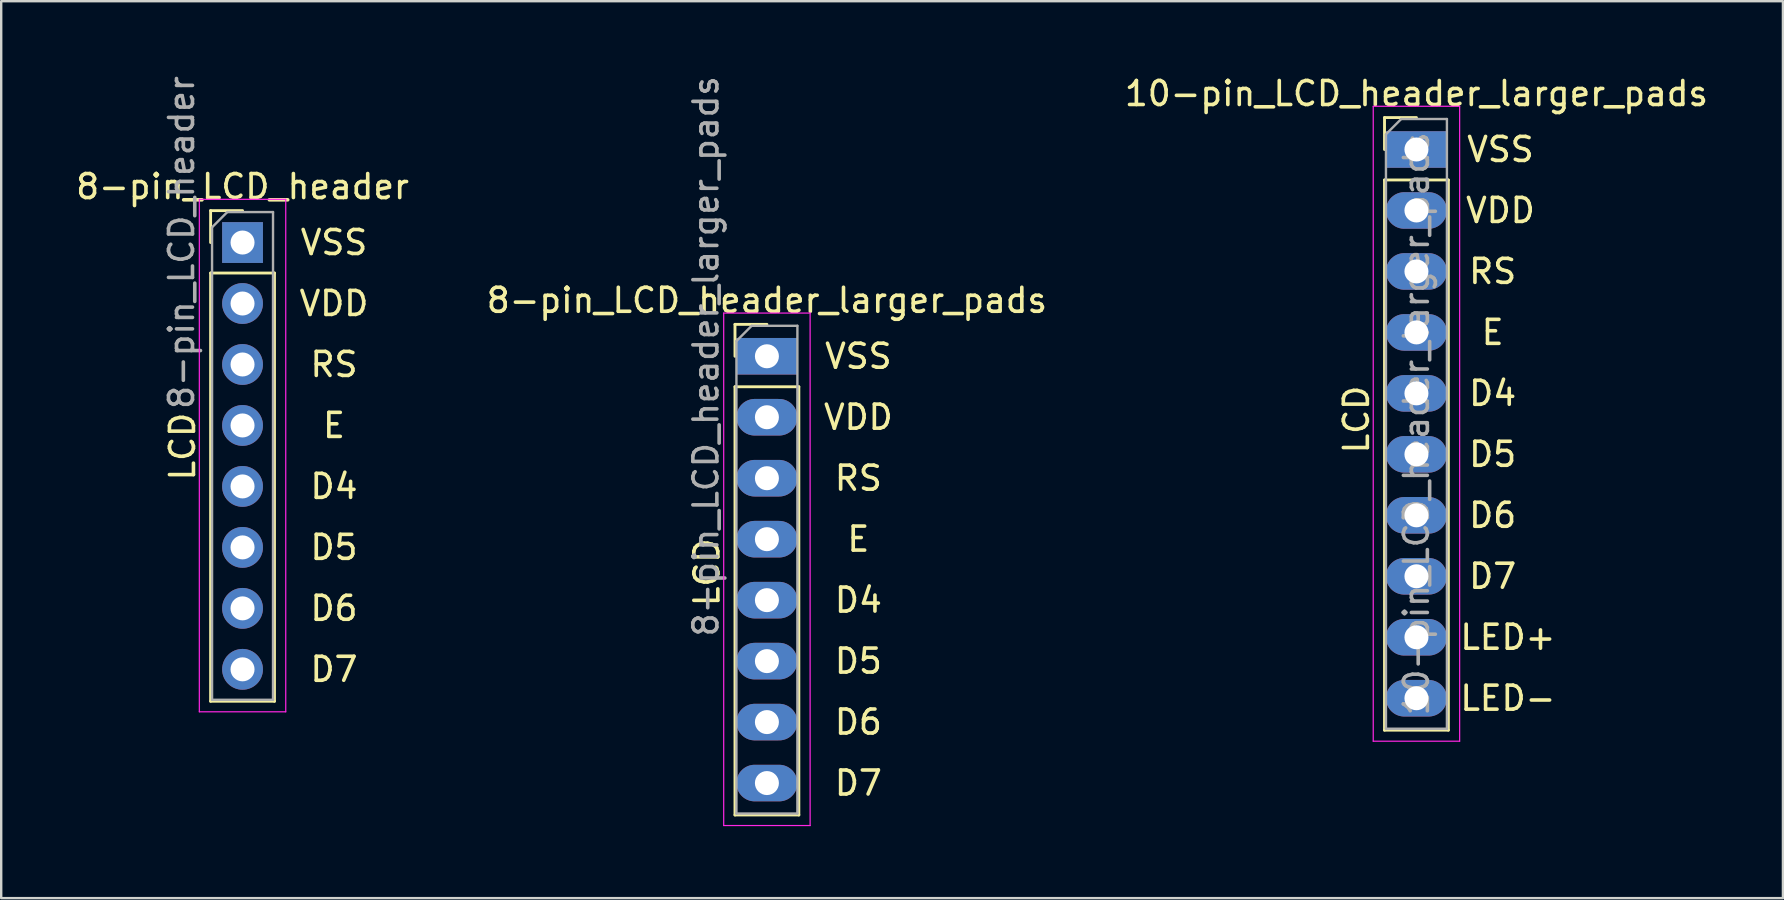
<source format=kicad_pcb>
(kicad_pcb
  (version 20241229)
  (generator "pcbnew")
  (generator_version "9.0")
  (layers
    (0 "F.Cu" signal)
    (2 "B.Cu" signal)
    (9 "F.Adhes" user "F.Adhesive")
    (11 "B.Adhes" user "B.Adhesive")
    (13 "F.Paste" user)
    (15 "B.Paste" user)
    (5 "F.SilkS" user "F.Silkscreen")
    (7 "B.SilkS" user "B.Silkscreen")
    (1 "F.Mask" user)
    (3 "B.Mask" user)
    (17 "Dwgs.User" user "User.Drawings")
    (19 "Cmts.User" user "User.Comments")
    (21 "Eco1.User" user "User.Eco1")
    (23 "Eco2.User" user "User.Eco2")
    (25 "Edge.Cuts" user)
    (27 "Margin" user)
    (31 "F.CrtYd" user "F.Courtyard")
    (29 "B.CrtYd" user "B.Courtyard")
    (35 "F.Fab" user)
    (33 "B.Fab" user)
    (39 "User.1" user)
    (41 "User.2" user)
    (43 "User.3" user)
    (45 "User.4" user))
  (footprint "10-pin_LCD_header_larger_pads"
    (layer "F.Cu")
    (at 55.958 3.178)
    (property "Reference" "10-pin_LCD_header_larger_pads" (at 0 -2.33 0) (layer "F.SilkS") (effects (font (size 1 1) (thickness 0.15))))
    (attr through_hole)
    (fp_line (start -1.33 -1.33) (end 0 -1.33) (stroke (width 0.12) (type solid)) (layer "F.SilkS"))
    (fp_line (start -1.33 0) (end -1.33 -1.33) (stroke (width 0.12) (type solid)) (layer "F.SilkS"))
    (fp_line (start -1.33 1.27) (end -1.33 24.19) (stroke (width 0.12) (type solid)) (layer "F.SilkS"))
    (fp_line (start -1.33 1.27) (end 1.33 1.27) (stroke (width 0.12) (type solid)) (layer "F.SilkS"))
    (fp_line (start -1.33 24.19) (end 1.33 24.19) (stroke (width 0.12) (type solid)) (layer "F.SilkS"))
    (fp_line (start 1.33 1.27) (end 1.33 24.19) (stroke (width 0.12) (type solid)) (layer "F.SilkS"))
    (fp_line (start -1.8 -1.8) (end -1.8 24.65) (stroke (width 0.05) (type solid)) (layer "F.CrtYd"))
    (fp_line (start -1.8 24.65) (end 1.8 24.65) (stroke (width 0.05) (type solid)) (layer "F.CrtYd"))
    (fp_line (start 1.8 -1.8) (end -1.8 -1.8) (stroke (width 0.05) (type solid)) (layer "F.CrtYd"))
    (fp_line (start 1.8 24.65) (end 1.8 -1.8) (stroke (width 0.05) (type solid)) (layer "F.CrtYd"))
    (fp_line (start -1.27 -0.635) (end -0.635 -1.27) (stroke (width 0.1) (type solid)) (layer "F.Fab"))
    (fp_line (start -1.27 24.13) (end -1.27 -0.635) (stroke (width 0.1) (type solid)) (layer "F.Fab"))
    (fp_line (start -0.635 -1.27) (end 1.27 -1.27) (stroke (width 0.1) (type solid)) (layer "F.Fab"))
    (fp_line (start 1.27 -1.27) (end 1.27 24.13) (stroke (width 0.1) (type solid)) (layer "F.Fab"))
    (fp_line (start 1.27 24.13) (end -1.27 24.13) (stroke (width 0.1) (type solid)) (layer "F.Fab"))
    (fp_text user "RS" (at 3.175 5.08 0) (layer "F.SilkS") (effects (font (size 1 1) (thickness 0.15))))
    (fp_text user "D6" (at 3.175 15.24 0) (layer "F.SilkS") (effects (font (size 1 1) (thickness 0.15))))
    (fp_text user "D4" (at 3.175 10.16 0) (layer "F.SilkS") (effects (font (size 1 1) (thickness 0.15))))
    (fp_text user "VDD" (at 3.5 2.54 0) (layer "F.SilkS") (effects (font (size 1 1) (thickness 0.15))))
    (fp_text user "D7" (at 3.175 17.78 0) (layer "F.SilkS") (effects (font (size 1 1) (thickness 0.15))))
    (fp_text user "VSS" (at 3.5 0 0) (layer "F.SilkS") (effects (font (size 1 1) (thickness 0.15))))
    (fp_text user "LED+" (at 3.81 20.32 0) (layer "F.SilkS") (effects (font (size 1 1) (thickness 0.15))))
    (fp_text user "D5" (at 3.175 12.7 0) (layer "F.SilkS") (effects (font (size 1 1) (thickness 0.15))))
    (fp_text user "LCD" (at -2.5 11.25 90) (layer "F.SilkS") (effects (font (size 1 1) (thickness 0.15))))
    (fp_text user "E" (at 3.175 7.62 0) (layer "F.SilkS") (effects (font (size 1 1) (thickness 0.15))))
    (fp_text user "LED-" (at 3.81 22.86 0) (layer "F.SilkS") (effects (font (size 1 1) (thickness 0.15))))
    (fp_text user "${REFERENCE}" (at 0 11.43 90) (layer "F.Fab") (effects (font (size 1 1) (thickness 0.15))))
    (pad "1" thru_hole rect (at 0 0) (size 2.54 1.524) (drill 1) (layers "*.Cu" "*.Mask"))
    (pad "2" thru_hole oval (at 0 2.54) (size 2.54 1.524) (drill 1) (layers "*.Cu" "*.Mask"))
    (pad "3" thru_hole oval (at 0 5.08) (size 2.54 1.524) (drill 1) (layers "*.Cu" "*.Mask"))
    (pad "4" thru_hole oval (at 0 7.62) (size 2.54 1.524) (drill 1) (layers "*.Cu" "*.Mask"))
    (pad "5" thru_hole oval (at 0 10.16) (size 2.54 1.524) (drill 1) (layers "*.Cu" "*.Mask"))
    (pad "6" thru_hole oval (at 0 12.7) (size 2.54 1.524) (drill 1) (layers "*.Cu" "*.Mask"))
    (pad "7" thru_hole oval (at 0 15.24) (size 2.54 1.524) (drill 1) (layers "*.Cu" "*.Mask"))
    (pad "8" thru_hole oval (at 0 17.78) (size 2.54 1.524) (drill 1) (layers "*.Cu" "*.Mask"))
    (pad "9" thru_hole oval (at 0 20.32) (size 2.54 1.524) (drill 1) (layers "*.Cu" "*.Mask"))
    (pad "10" thru_hole oval (at 0 22.86) (size 2.54 1.524) (drill 1) (layers "*.Cu" "*.Mask")))
  (footprint "8-pin_LCD_header_larger_pads"
    (layer "F.Cu")
    (at 28.899 11.792)
    (property "Reference" "8-pin_LCD_header_larger_pads" (at 0 -2.33 0) (layer "F.SilkS") (effects (font (size 1 1) (thickness 0.15))))
    (attr through_hole)
    (fp_line (start -1.33 -1.33) (end 0 -1.33) (stroke (width 0.12) (type solid)) (layer "F.SilkS"))
    (fp_line (start -1.33 0) (end -1.33 -1.33) (stroke (width 0.12) (type solid)) (layer "F.SilkS"))
    (fp_line (start -1.33 1.27) (end -1.33 19.11) (stroke (width 0.12) (type solid)) (layer "F.SilkS"))
    (fp_line (start -1.33 1.27) (end 1.33 1.27) (stroke (width 0.12) (type solid)) (layer "F.SilkS"))
    (fp_line (start -1.33 19.11) (end 1.33 19.11) (stroke (width 0.12) (type solid)) (layer "F.SilkS"))
    (fp_line (start 1.33 1.27) (end 1.33 19.11) (stroke (width 0.12) (type solid)) (layer "F.SilkS"))
    (fp_line (start -1.8 -1.8) (end -1.8 19.55) (stroke (width 0.05) (type solid)) (layer "F.CrtYd"))
    (fp_line (start -1.8 19.55) (end 1.8 19.55) (stroke (width 0.05) (type solid)) (layer "F.CrtYd"))
    (fp_line (start 1.8 -1.8) (end -1.8 -1.8) (stroke (width 0.05) (type solid)) (layer "F.CrtYd"))
    (fp_line (start 1.8 19.55) (end 1.8 -1.8) (stroke (width 0.05) (type solid)) (layer "F.CrtYd"))
    (fp_line (start -1.27 -0.635) (end -0.635 -1.27) (stroke (width 0.1) (type solid)) (layer "F.Fab"))
    (fp_line (start -1.27 19.05) (end -1.27 -0.635) (stroke (width 0.1) (type solid)) (layer "F.Fab"))
    (fp_line (start -0.635 -1.27) (end 1.27 -1.27) (stroke (width 0.1) (type solid)) (layer "F.Fab"))
    (fp_line (start 1.27 -1.27) (end 1.27 19.05) (stroke (width 0.1) (type solid)) (layer "F.Fab"))
    (fp_line (start 1.27 19.05) (end -1.27 19.05) (stroke (width 0.1) (type solid)) (layer "F.Fab"))
    (fp_text user "RS" (at 3.81 5.08 0) (layer "F.SilkS") (effects (font (size 1 1) (thickness 0.15))))
    (fp_text user "D7" (at 3.81 17.78 0) (layer "F.SilkS") (effects (font (size 1 1) (thickness 0.15))))
    (fp_text user "D6" (at 3.81 15.24 0) (layer "F.SilkS") (effects (font (size 1 1) (thickness 0.15))))
    (fp_text user "VDD" (at 3.81 2.54 0) (layer "F.SilkS") (effects (font (size 1 1) (thickness 0.15))))
    (fp_text user "D4" (at 3.81 10.16 0) (layer "F.SilkS") (effects (font (size 1 1) (thickness 0.15))))
    (fp_text user "VSS" (at 3.81 0 0) (layer "F.SilkS") (effects (font (size 1 1) (thickness 0.15))))
    (fp_text user "LCD" (at -2.5 9 90) (layer "F.SilkS") (effects (font (size 1 1) (thickness 0.15))))
    (fp_text user "D5" (at 3.81 12.7 0) (layer "F.SilkS") (effects (font (size 1 1) (thickness 0.15))))
    (fp_text user "E" (at 3.81 7.62 0) (layer "F.SilkS") (effects (font (size 1 1) (thickness 0.15))))
    (fp_text user "${REFERENCE}" (at -2.54 0 90) (layer "F.Fab") (effects (font (size 1 1) (thickness 0.15))))
    (pad "1" thru_hole rect (at 0 0) (size 2.54 1.524) (drill 1) (layers "*.Cu" "*.Mask"))
    (pad "2" thru_hole oval (at 0 2.54) (size 2.54 1.524) (drill 1) (layers "*.Cu" "*.Mask"))
    (pad "3" thru_hole oval (at 0 5.08) (size 2.54 1.524) (drill 1) (layers "*.Cu" "*.Mask"))
    (pad "4" thru_hole oval (at 0 7.62) (size 2.54 1.524) (drill 1) (layers "*.Cu" "*.Mask"))
    (pad "5" thru_hole oval (at 0 10.16) (size 2.54 1.524) (drill 1) (layers "*.Cu" "*.Mask"))
    (pad "6" thru_hole oval (at 0 12.7) (size 2.54 1.524) (drill 1) (layers "*.Cu" "*.Mask"))
    (pad "7" thru_hole oval (at 0 15.24) (size 2.54 1.524) (drill 1) (layers "*.Cu" "*.Mask"))
    (pad "8" thru_hole oval (at 0 17.78) (size 2.54 1.524) (drill 1) (layers "*.Cu" "*.Mask")))
  (footprint "8-pin_LCD_header"
    (layer "F.Cu")
    (at 7.054 7.054)
    (property "Reference" "8-pin_LCD_header" (at 0 -2.33 0) (layer "F.SilkS") (effects (font (size 1 1) (thickness 0.15))))
    (attr through_hole)
    (fp_line (start -1.33 -1.33) (end 0 -1.33) (stroke (width 0.12) (type solid)) (layer "F.SilkS"))
    (fp_line (start -1.33 0) (end -1.33 -1.33) (stroke (width 0.12) (type solid)) (layer "F.SilkS"))
    (fp_line (start -1.33 1.27) (end -1.33 19.11) (stroke (width 0.12) (type solid)) (layer "F.SilkS"))
    (fp_line (start -1.33 1.27) (end 1.33 1.27) (stroke (width 0.12) (type solid)) (layer "F.SilkS"))
    (fp_line (start -1.33 19.11) (end 1.33 19.11) (stroke (width 0.12) (type solid)) (layer "F.SilkS"))
    (fp_line (start 1.33 1.27) (end 1.33 19.11) (stroke (width 0.12) (type solid)) (layer "F.SilkS"))
    (fp_line (start -1.8 -1.8) (end -1.8 19.55) (stroke (width 0.05) (type solid)) (layer "F.CrtYd"))
    (fp_line (start -1.8 19.55) (end 1.8 19.55) (stroke (width 0.05) (type solid)) (layer "F.CrtYd"))
    (fp_line (start 1.8 -1.8) (end -1.8 -1.8) (stroke (width 0.05) (type solid)) (layer "F.CrtYd"))
    (fp_line (start 1.8 19.55) (end 1.8 -1.8) (stroke (width 0.05) (type solid)) (layer "F.CrtYd"))
    (fp_line (start -1.27 -0.635) (end -0.635 -1.27) (stroke (width 0.1) (type solid)) (layer "F.Fab"))
    (fp_line (start -1.27 19.05) (end -1.27 -0.635) (stroke (width 0.1) (type solid)) (layer "F.Fab"))
    (fp_line (start -0.635 -1.27) (end 1.27 -1.27) (stroke (width 0.1) (type solid)) (layer "F.Fab"))
    (fp_line (start 1.27 -1.27) (end 1.27 19.05) (stroke (width 0.1) (type solid)) (layer "F.Fab"))
    (fp_line (start 1.27 19.05) (end -1.27 19.05) (stroke (width 0.1) (type solid)) (layer "F.Fab"))
    (fp_text user "VSS" (at 3.81 0 0) (layer "F.SilkS") (effects (font (size 1 1) (thickness 0.15))))
    (fp_text user "E" (at 3.81 7.62 0) (layer "F.SilkS") (effects (font (size 1 1) (thickness 0.15))))
    (fp_text user "D6" (at 3.81 15.24 0) (layer "F.SilkS") (effects (font (size 1 1) (thickness 0.15))))
    (fp_text user "D5" (at 3.81 12.7 0) (layer "F.SilkS") (effects (font (size 1 1) (thickness 0.15))))
    (fp_text user "RS" (at 3.81 5.08 0) (layer "F.SilkS") (effects (font (size 1 1) (thickness 0.15))))
    (fp_text user "D7" (at 3.81 17.78 0) (layer "F.SilkS") (effects (font (size 1 1) (thickness 0.15))))
    (fp_text user "D4" (at 3.81 10.16 0) (layer "F.SilkS") (effects (font (size 1 1) (thickness 0.15))))
    (fp_text user "LCD" (at -2.5 8.5 90) (layer "F.SilkS") (effects (font (size 1 1) (thickness 0.15))))
    (fp_text user "VDD" (at 3.81 2.54 0) (layer "F.SilkS") (effects (font (size 1 1) (thickness 0.15))))
    (fp_text user "${REFERENCE}" (at -2.54 0 90) (layer "F.Fab") (effects (font (size 1 1) (thickness 0.15))))
    (pad "1" thru_hole rect (at 0 0) (size 1.7 1.7) (drill 1) (layers "*.Cu" "*.Mask"))
    (pad "2" thru_hole oval (at 0 2.54) (size 1.7 1.7) (drill 1) (layers "*.Cu" "*.Mask"))
    (pad "3" thru_hole oval (at 0 5.08) (size 1.7 1.7) (drill 1) (layers "*.Cu" "*.Mask"))
    (pad "4" thru_hole oval (at 0 7.62) (size 1.7 1.7) (drill 1) (layers "*.Cu" "*.Mask"))
    (pad "5" thru_hole oval (at 0 10.16) (size 1.7 1.7) (drill 1) (layers "*.Cu" "*.Mask"))
    (pad "6" thru_hole oval (at 0 12.7) (size 1.7 1.7) (drill 1) (layers "*.Cu" "*.Mask"))
    (pad "7" thru_hole oval (at 0 15.24) (size 1.7 1.7) (drill 1) (layers "*.Cu" "*.Mask"))
    (pad "8" thru_hole oval (at 0 17.78) (size 1.7 1.7) (drill 1) (layers "*.Cu" "*.Mask")))
  (gr_rect
    (start -3 -3)
    (end 71.226 34.367)
    (stroke (width 0.1) (type default))
    (fill no)
    (layer "Edge.Cuts")))
</source>
